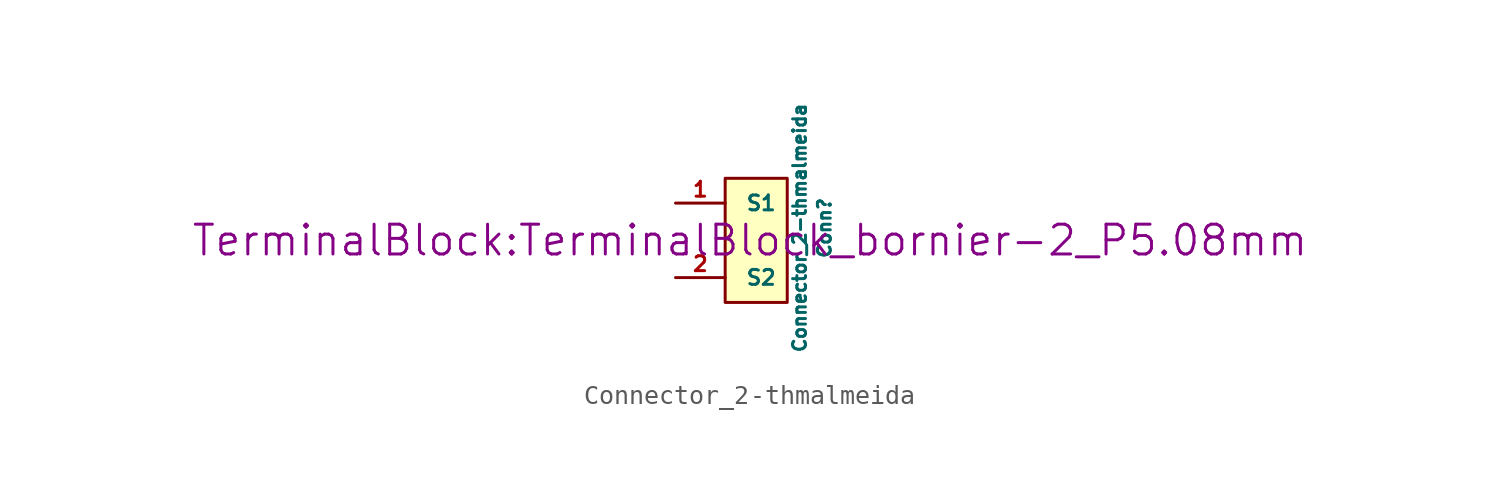
<source format=kicad_sym>
(kicad_symbol_lib
  (version 20211014)
  (generator kicad_symbol_editor)
  (symbol "Connector_2-thmalmeida"
    (pin_names
      (offset 1.016))
    (property "Reference" "Conn"
      (at 3.81 1.27 90)
      (effects (font (size 0.66 0.66))))
    (property "Value" "Connector_2-thmalmeida"
      (at 2.54 1.27 90)
      (effects (font (size 0.66 0.66))))
    (property "Footprint" "TerminalBlock:TerminalBlock_bornier-2_P5.08mm"
      (at 0 0.635 0)
      (effects (font (size 1.524 1.524))))
    (property "Datasheet" ""
      (at 0 0.635 0)
      (effects (font (size 1.524 1.524))))
    (symbol "Connector_2-thmalmeida_0_1"
      (rectangle (start -1.27 3.81) (end 1.905 -2.54) (stroke (width 0) (type default) (color 0 0 0 0)) (fill (type background))))
    (symbol "Connector_2-thmalmeida_1_1"
      (pin bidirectional line (at -3.81 2.54 0) (length 2.54) (name "S1" (effects (font (size 0.762 0.762)))) (number "1" (effects (font (size 0.762 0.762)))))
      (pin bidirectional line (at -3.81 -1.27 0) (length 2.54) (name "S2" (effects (font (size 0.762 0.762)))) (number "2" (effects (font (size 0.762 0.762))))))))
</source>
